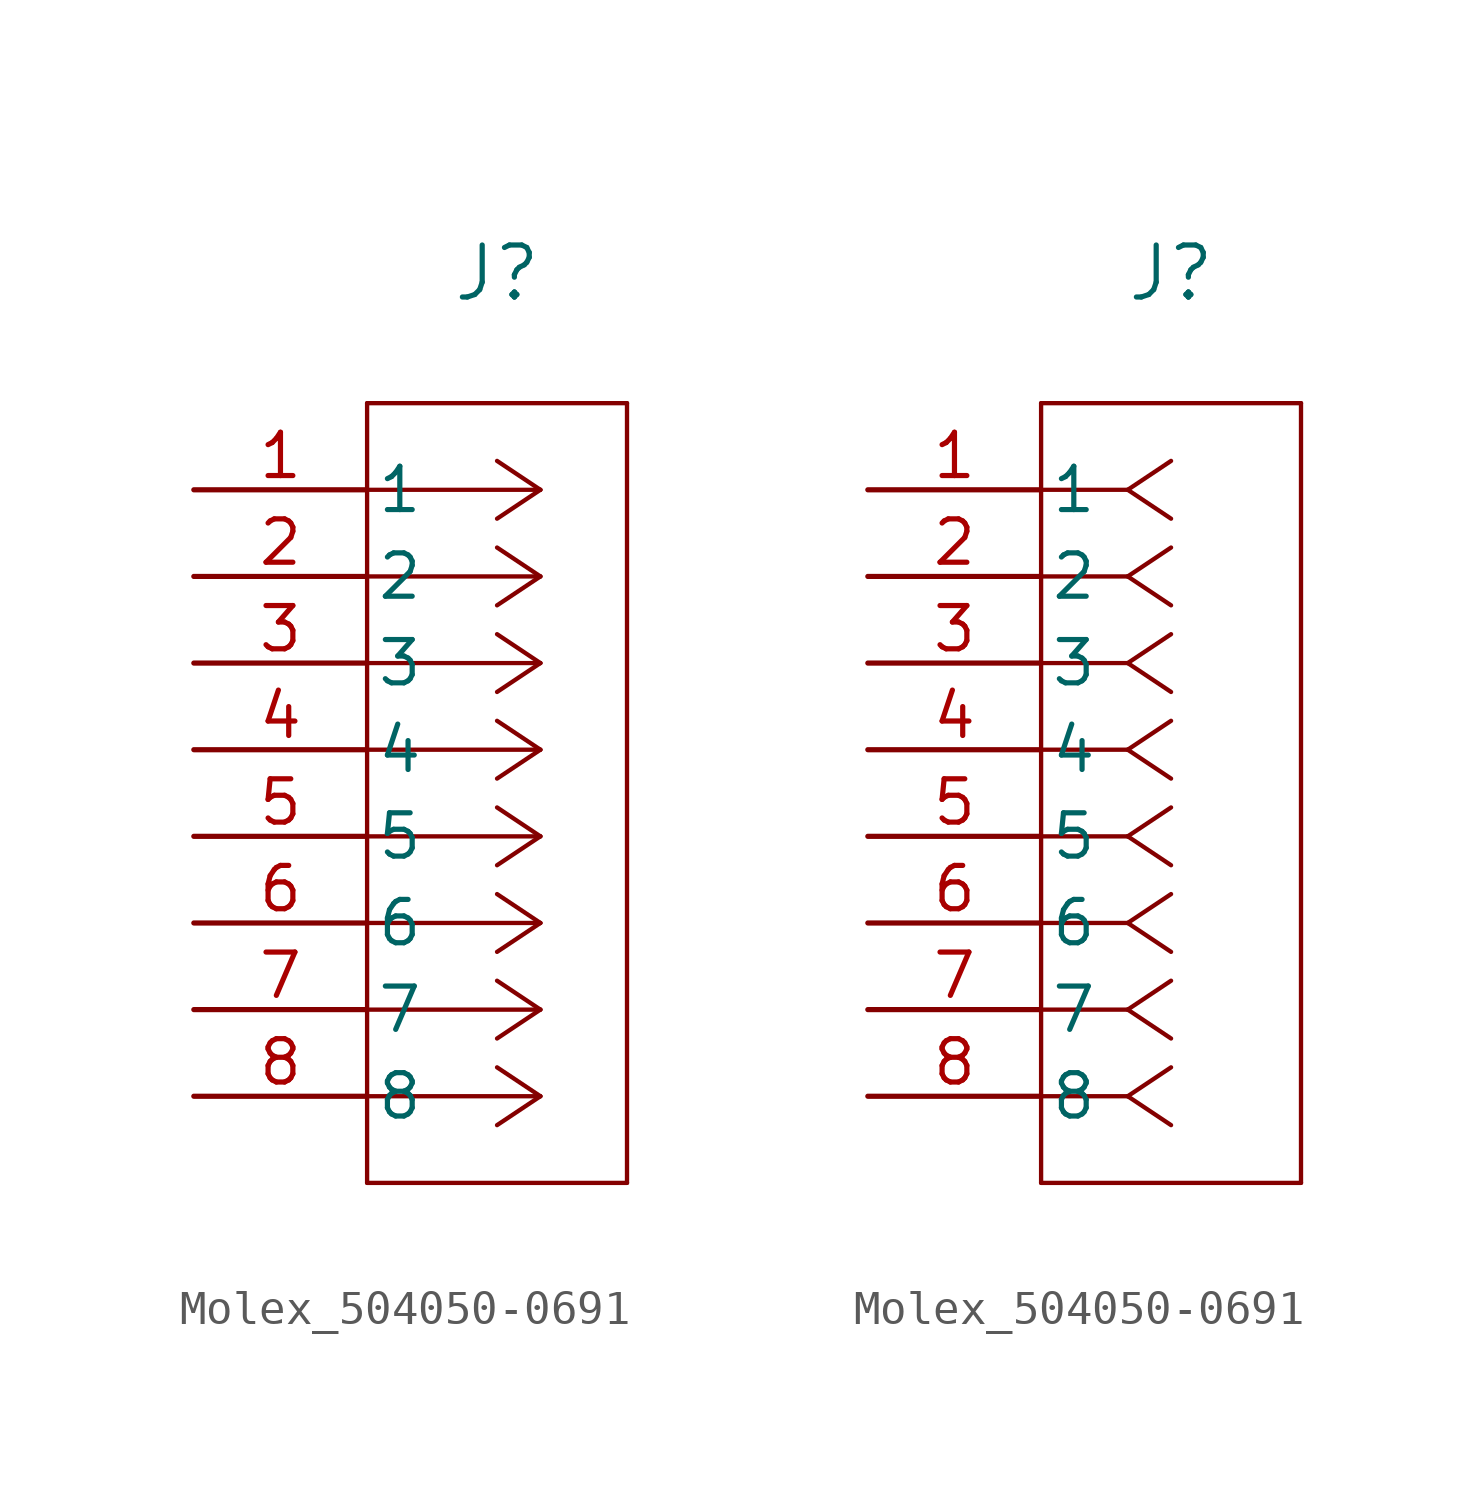
<source format=kicad_sym>
(kicad_symbol_lib
  (version 20220914)
  (generator kicad_symbol_editor)
  (symbol "Molex_504050-0691"
    (pin_names
      (offset 0.254))
    (property "Reference" "J"
      (at 8.89 6.35 0)
      (effects (font (size 1.524 1.524))))
    (symbol "Molex_504050-0691_1_1"
      (polyline (pts (xy 5.08 -20.32) (xy 12.7 -20.32)) (stroke (width 0.127) (type default)) (fill (type none)))
      (polyline (pts (xy 5.08 2.54) (xy 5.08 -20.32)) (stroke (width 0.127) (type default)) (fill (type none)))
      (polyline (pts (xy 10.16 -17.78) (xy 5.08 -17.78)) (stroke (width 0.127) (type default)) (fill (type none)))
      (polyline (pts (xy 10.16 -17.78) (xy 8.89 -18.627)) (stroke (width 0.127) (type default)) (fill (type none)))
      (polyline (pts (xy 10.16 -17.78) (xy 8.89 -16.933)) (stroke (width 0.127) (type default)) (fill (type none)))
      (polyline (pts (xy 10.16 -15.24) (xy 5.08 -15.24)) (stroke (width 0.127) (type default)) (fill (type none)))
      (polyline (pts (xy 10.16 -15.24) (xy 8.89 -16.087)) (stroke (width 0.127) (type default)) (fill (type none)))
      (polyline (pts (xy 10.16 -15.24) (xy 8.89 -14.393)) (stroke (width 0.127) (type default)) (fill (type none)))
      (polyline (pts (xy 10.16 -12.7) (xy 5.08 -12.7)) (stroke (width 0.127) (type default)) (fill (type none)))
      (polyline (pts (xy 10.16 -12.7) (xy 8.89 -13.547)) (stroke (width 0.127) (type default)) (fill (type none)))
      (polyline (pts (xy 10.16 -12.7) (xy 8.89 -11.853)) (stroke (width 0.127) (type default)) (fill (type none)))
      (polyline (pts (xy 10.16 -10.16) (xy 5.08 -10.16)) (stroke (width 0.127) (type default)) (fill (type none)))
      (polyline (pts (xy 10.16 -10.16) (xy 8.89 -11.007)) (stroke (width 0.127) (type default)) (fill (type none)))
      (polyline (pts (xy 10.16 -10.16) (xy 8.89 -9.313)) (stroke (width 0.127) (type default)) (fill (type none)))
      (polyline (pts (xy 10.16 -7.62) (xy 5.08 -7.62)) (stroke (width 0.127) (type default)) (fill (type none)))
      (polyline (pts (xy 10.16 -7.62) (xy 8.89 -8.467)) (stroke (width 0.127) (type default)) (fill (type none)))
      (polyline (pts (xy 10.16 -7.62) (xy 8.89 -6.773)) (stroke (width 0.127) (type default)) (fill (type none)))
      (polyline (pts (xy 10.16 -5.08) (xy 5.08 -5.08)) (stroke (width 0.127) (type default)) (fill (type none)))
      (polyline (pts (xy 10.16 -5.08) (xy 8.89 -5.927)) (stroke (width 0.127) (type default)) (fill (type none)))
      (polyline (pts (xy 10.16 -5.08) (xy 8.89 -4.233)) (stroke (width 0.127) (type default)) (fill (type none)))
      (polyline (pts (xy 10.16 -2.54) (xy 5.08 -2.54)) (stroke (width 0.127) (type default)) (fill (type none)))
      (polyline (pts (xy 10.16 -2.54) (xy 8.89 -3.387)) (stroke (width 0.127) (type default)) (fill (type none)))
      (polyline (pts (xy 10.16 -2.54) (xy 8.89 -1.693)) (stroke (width 0.127) (type default)) (fill (type none)))
      (polyline (pts (xy 10.16 0) (xy 5.08 0)) (stroke (width 0.127) (type default)) (fill (type none)))
      (polyline (pts (xy 10.16 0) (xy 8.89 -0.847)) (stroke (width 0.127) (type default)) (fill (type none)))
      (polyline (pts (xy 10.16 0) (xy 8.89 0.847)) (stroke (width 0.127) (type default)) (fill (type none)))
      (polyline (pts (xy 12.7 -20.32) (xy 12.7 2.54)) (stroke (width 0.127) (type default)) (fill (type none)))
      (polyline (pts (xy 12.7 2.54) (xy 5.08 2.54)) (stroke (width 0.127) (type default)) (fill (type none)))
      (pin unspecified line (at 0 0 0) (length 5.08) (name "1" (effects (font (size 1.27 1.27)))) (number "1" (effects (font (size 1.27 1.27)))))
      (pin unspecified line (at 0 -2.54 0) (length 5.08) (name "2" (effects (font (size 1.27 1.27)))) (number "2" (effects (font (size 1.27 1.27)))))
      (pin unspecified line (at 0 -5.08 0) (length 5.08) (name "3" (effects (font (size 1.27 1.27)))) (number "3" (effects (font (size 1.27 1.27)))))
      (pin unspecified line (at 0 -7.62 0) (length 5.08) (name "4" (effects (font (size 1.27 1.27)))) (number "4" (effects (font (size 1.27 1.27)))))
      (pin unspecified line (at 0 -10.16 0) (length 5.08) (name "5" (effects (font (size 1.27 1.27)))) (number "5" (effects (font (size 1.27 1.27)))))
      (pin unspecified line (at 0 -12.7 0) (length 5.08) (name "6" (effects (font (size 1.27 1.27)))) (number "6" (effects (font (size 1.27 1.27)))))
      (pin unspecified line (at 0 -15.24 0) (length 5.08) (name "7" (effects (font (size 1.27 1.27)))) (number "7" (effects (font (size 1.27 1.27)))))
      (pin unspecified line (at 0 -17.78 0) (length 5.08) (name "8" (effects (font (size 1.27 1.27)))) (number "8" (effects (font (size 1.27 1.27))))))
    (symbol "Molex_504050-0691_1_2"
      (polyline (pts (xy 5.08 -20.32) (xy 12.7 -20.32)) (stroke (width 0.127) (type default)) (fill (type none)))
      (polyline (pts (xy 5.08 2.54) (xy 5.08 -20.32)) (stroke (width 0.127) (type default)) (fill (type none)))
      (polyline (pts (xy 7.62 -17.78) (xy 5.08 -17.78)) (stroke (width 0.127) (type default)) (fill (type none)))
      (polyline (pts (xy 7.62 -17.78) (xy 8.89 -18.627)) (stroke (width 0.127) (type default)) (fill (type none)))
      (polyline (pts (xy 7.62 -17.78) (xy 8.89 -16.933)) (stroke (width 0.127) (type default)) (fill (type none)))
      (polyline (pts (xy 7.62 -15.24) (xy 5.08 -15.24)) (stroke (width 0.127) (type default)) (fill (type none)))
      (polyline (pts (xy 7.62 -15.24) (xy 8.89 -16.087)) (stroke (width 0.127) (type default)) (fill (type none)))
      (polyline (pts (xy 7.62 -15.24) (xy 8.89 -14.393)) (stroke (width 0.127) (type default)) (fill (type none)))
      (polyline (pts (xy 7.62 -12.7) (xy 5.08 -12.7)) (stroke (width 0.127) (type default)) (fill (type none)))
      (polyline (pts (xy 7.62 -12.7) (xy 8.89 -13.547)) (stroke (width 0.127) (type default)) (fill (type none)))
      (polyline (pts (xy 7.62 -12.7) (xy 8.89 -11.853)) (stroke (width 0.127) (type default)) (fill (type none)))
      (polyline (pts (xy 7.62 -10.16) (xy 5.08 -10.16)) (stroke (width 0.127) (type default)) (fill (type none)))
      (polyline (pts (xy 7.62 -10.16) (xy 8.89 -11.007)) (stroke (width 0.127) (type default)) (fill (type none)))
      (polyline (pts (xy 7.62 -10.16) (xy 8.89 -9.313)) (stroke (width 0.127) (type default)) (fill (type none)))
      (polyline (pts (xy 7.62 -7.62) (xy 5.08 -7.62)) (stroke (width 0.127) (type default)) (fill (type none)))
      (polyline (pts (xy 7.62 -7.62) (xy 8.89 -8.467)) (stroke (width 0.127) (type default)) (fill (type none)))
      (polyline (pts (xy 7.62 -7.62) (xy 8.89 -6.773)) (stroke (width 0.127) (type default)) (fill (type none)))
      (polyline (pts (xy 7.62 -5.08) (xy 5.08 -5.08)) (stroke (width 0.127) (type default)) (fill (type none)))
      (polyline (pts (xy 7.62 -5.08) (xy 8.89 -5.927)) (stroke (width 0.127) (type default)) (fill (type none)))
      (polyline (pts (xy 7.62 -5.08) (xy 8.89 -4.233)) (stroke (width 0.127) (type default)) (fill (type none)))
      (polyline (pts (xy 7.62 -2.54) (xy 5.08 -2.54)) (stroke (width 0.127) (type default)) (fill (type none)))
      (polyline (pts (xy 7.62 -2.54) (xy 8.89 -3.387)) (stroke (width 0.127) (type default)) (fill (type none)))
      (polyline (pts (xy 7.62 -2.54) (xy 8.89 -1.693)) (stroke (width 0.127) (type default)) (fill (type none)))
      (polyline (pts (xy 7.62 0) (xy 5.08 0)) (stroke (width 0.127) (type default)) (fill (type none)))
      (polyline (pts (xy 7.62 0) (xy 8.89 -0.847)) (stroke (width 0.127) (type default)) (fill (type none)))
      (polyline (pts (xy 7.62 0) (xy 8.89 0.847)) (stroke (width 0.127) (type default)) (fill (type none)))
      (polyline (pts (xy 12.7 -20.32) (xy 12.7 2.54)) (stroke (width 0.127) (type default)) (fill (type none)))
      (polyline (pts (xy 12.7 2.54) (xy 5.08 2.54)) (stroke (width 0.127) (type default)) (fill (type none)))
      (pin unspecified line (at 0 0 0) (length 5.08) (name "1" (effects (font (size 1.27 1.27)))) (number "1" (effects (font (size 1.27 1.27)))))
      (pin unspecified line (at 0 -2.54 0) (length 5.08) (name "2" (effects (font (size 1.27 1.27)))) (number "2" (effects (font (size 1.27 1.27)))))
      (pin unspecified line (at 0 -5.08 0) (length 5.08) (name "3" (effects (font (size 1.27 1.27)))) (number "3" (effects (font (size 1.27 1.27)))))
      (pin unspecified line (at 0 -7.62 0) (length 5.08) (name "4" (effects (font (size 1.27 1.27)))) (number "4" (effects (font (size 1.27 1.27)))))
      (pin unspecified line (at 0 -10.16 0) (length 5.08) (name "5" (effects (font (size 1.27 1.27)))) (number "5" (effects (font (size 1.27 1.27)))))
      (pin unspecified line (at 0 -12.7 0) (length 5.08) (name "6" (effects (font (size 1.27 1.27)))) (number "6" (effects (font (size 1.27 1.27)))))
      (pin unspecified line (at 0 -15.24 0) (length 5.08) (name "7" (effects (font (size 1.27 1.27)))) (number "7" (effects (font (size 1.27 1.27)))))
      (pin unspecified line (at 0 -17.78 0) (length 5.08) (name "8" (effects (font (size 1.27 1.27)))) (number "8" (effects (font (size 1.27 1.27))))))))
</source>
